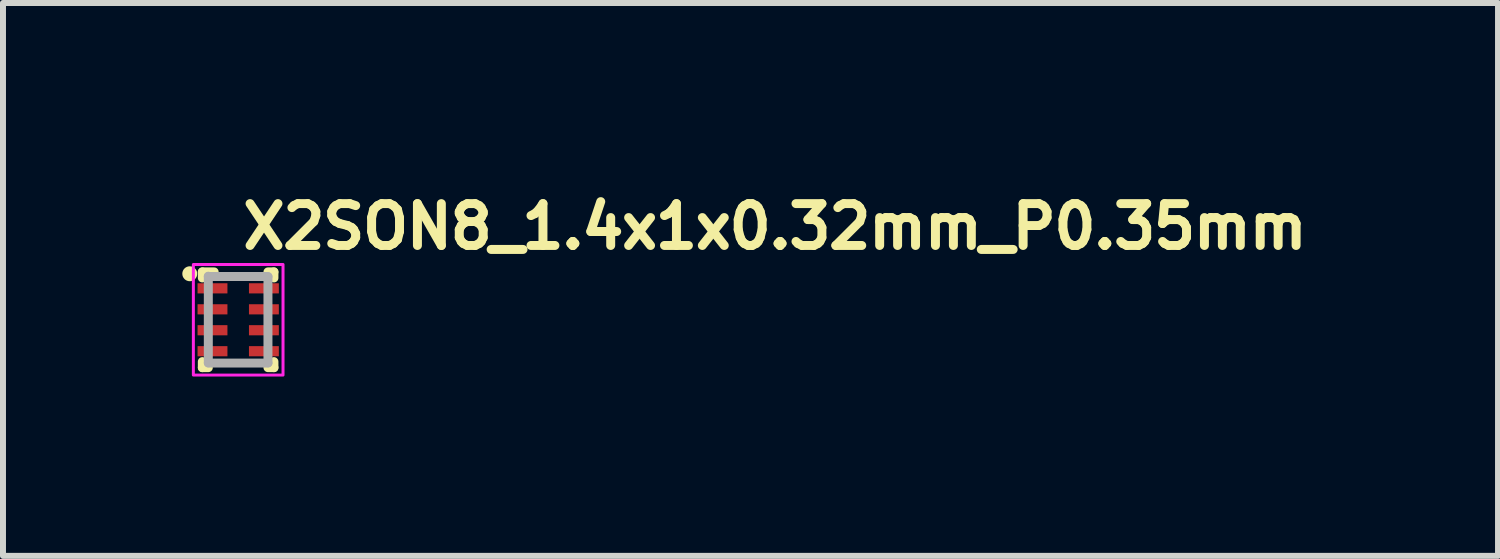
<source format=kicad_pcb>
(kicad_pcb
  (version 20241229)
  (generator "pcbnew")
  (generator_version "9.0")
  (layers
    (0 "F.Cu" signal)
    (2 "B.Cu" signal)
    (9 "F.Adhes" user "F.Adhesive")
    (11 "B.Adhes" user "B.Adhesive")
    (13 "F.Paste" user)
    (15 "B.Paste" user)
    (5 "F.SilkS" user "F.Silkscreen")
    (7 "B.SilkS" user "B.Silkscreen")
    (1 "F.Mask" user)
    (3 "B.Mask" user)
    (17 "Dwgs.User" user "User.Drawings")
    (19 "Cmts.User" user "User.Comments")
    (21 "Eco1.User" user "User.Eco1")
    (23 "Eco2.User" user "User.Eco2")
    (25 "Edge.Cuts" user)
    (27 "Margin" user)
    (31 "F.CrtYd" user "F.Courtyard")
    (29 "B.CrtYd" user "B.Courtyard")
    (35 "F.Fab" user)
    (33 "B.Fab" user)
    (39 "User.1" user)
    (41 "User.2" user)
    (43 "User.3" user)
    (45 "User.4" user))
  (footprint "X2SON8_1.4x1x0.32mm_P0.35mm"
    (layer "F.Cu")
    (at 0.935 2.3)
    (property "Reference" "X2SON8_1.4x1x0.32mm_P0.35mm" (at 0 -1.15 0) (layer "F.SilkS") (effects (font (size 0.7 0.7) (thickness 0.15)) (justify left bottom)))
    (attr smd)
    (fp_line (start -0.6 -0.801) (end -0.6 -0.7) (stroke (width 0.15) (type solid)) (layer "F.SilkS"))
    (fp_line (start -0.6 0.7) (end -0.6 0.801) (stroke (width 0.15) (type solid)) (layer "F.SilkS"))
    (fp_line (start -0.6 0.801) (end -0.5 0.801) (stroke (width 0.15) (type solid)) (layer "F.SilkS"))
    (fp_line (start -0.402 -0.801) (end -0.6 -0.801) (stroke (width 0.15) (type solid)) (layer "F.SilkS"))
    (fp_line (start 0.598 -0.801) (end 0.498 -0.801) (stroke (width 0.15) (type solid)) (layer "F.SilkS"))
    (fp_line (start 0.598 -0.7) (end 0.598 -0.801) (stroke (width 0.15) (type solid)) (layer "F.SilkS"))
    (fp_line (start 0.598 0.7) (end 0.598 0.801) (stroke (width 0.15) (type solid)) (layer "F.SilkS"))
    (fp_line (start 0.598 0.801) (end 0.498 0.801) (stroke (width 0.15) (type solid)) (layer "F.SilkS"))
    (fp_circle (center -0.81 -0.77) (end -0.81 -0.72) (stroke (width 0.15) (type solid)) (fill yes) (layer "F.SilkS"))
    (fp_rect (start 0.75 -0.925) (end -0.75 0.925) (stroke (width 0.05) (type solid)) (fill no) (layer "F.CrtYd"))
    (fp_line (start -0.5 -0.729) (end -0.5 0.719) (stroke (width 0.15) (type solid)) (layer "F.Fab"))
    (fp_line (start -0.5 -0.724) (end 0.498 -0.724) (stroke (width 0.15) (type solid)) (layer "F.Fab"))
    (fp_line (start -0.5 0.724) (end 0.498 0.724) (stroke (width 0.15) (type solid)) (layer "F.Fab"))
    (fp_line (start 0.498 -0.719) (end 0.498 0.719) (stroke (width 0.15) (type solid)) (layer "F.Fab"))
    (fp_rect (start 0.498 -0.7) (end -0.5 0.7) (stroke (width 0.1) (type solid)) (fill no) (layer "User.5"))
    (fp_line (start -0.5 -0.7) (end -0.5 0.7) (stroke (width 0.02) (type solid)) (layer "User.9"))
    (fp_line (start -0.5 0.7) (end 0.498 0.7) (stroke (width 0.02) (type solid)) (layer "User.9"))
    (fp_line (start -0.382 -0.551) (end -0.382 -0.549) (stroke (width 0.02) (type solid)) (layer "User.9"))
    (fp_line (start -0.382 -0.551) (end -0.382 -0.549) (stroke (width 0.02) (type solid)) (layer "User.9"))
    (fp_line (start -0.382 -0.549) (end -0.382 -0.547) (stroke (width 0.02) (type solid)) (layer "User.9"))
    (fp_line (start -0.382 -0.549) (end -0.382 -0.547) (stroke (width 0.02) (type solid)) (layer "User.9"))
    (fp_line (start -0.382 -0.547) (end -0.382 -0.545) (stroke (width 0.02) (type solid)) (layer "User.9"))
    (fp_line (start -0.382 -0.547) (end -0.382 -0.545) (stroke (width 0.02) (type solid)) (layer "User.9"))
    (fp_line (start -0.382 -0.545) (end -0.382 -0.543) (stroke (width 0.02) (type solid)) (layer "User.9"))
    (fp_line (start -0.382 -0.545) (end -0.382 -0.543) (stroke (width 0.02) (type solid)) (layer "User.9"))
    (fp_line (start -0.382 -0.543) (end -0.382 -0.539) (stroke (width 0.02) (type solid)) (layer "User.9"))
    (fp_line (start -0.382 -0.543) (end -0.382 -0.539) (stroke (width 0.02) (type solid)) (layer "User.9"))
    (fp_line (start -0.382 -0.539) (end -0.382 -0.535) (stroke (width 0.02) (type solid)) (layer "User.9"))
    (fp_line (start -0.382 -0.539) (end -0.382 -0.535) (stroke (width 0.02) (type solid)) (layer "User.9"))
    (fp_line (start -0.382 -0.535) (end -0.381 -0.531) (stroke (width 0.02) (type solid)) (layer "User.9"))
    (fp_line (start -0.382 -0.535) (end -0.381 -0.531) (stroke (width 0.02) (type solid)) (layer "User.9"))
    (fp_line (start -0.381 -0.557) (end -0.381 -0.555) (stroke (width 0.02) (type solid)) (layer "User.9"))
    (fp_line (start -0.381 -0.557) (end -0.381 -0.555) (stroke (width 0.02) (type solid)) (layer "User.9"))
    (fp_line (start -0.381 -0.555) (end -0.381 -0.553) (stroke (width 0.02) (type solid)) (layer "User.9"))
    (fp_line (start -0.381 -0.555) (end -0.381 -0.553) (stroke (width 0.02) (type solid)) (layer "User.9"))
    (fp_line (start -0.381 -0.553) (end -0.382 -0.551) (stroke (width 0.02) (type solid)) (layer "User.9"))
    (fp_line (start -0.381 -0.553) (end -0.382 -0.551) (stroke (width 0.02) (type solid)) (layer "User.9"))
    (fp_line (start -0.381 -0.531) (end -0.38 -0.527) (stroke (width 0.02) (type solid)) (layer "User.9"))
    (fp_line (start -0.381 -0.531) (end -0.38 -0.527) (stroke (width 0.02) (type solid)) (layer "User.9"))
    (fp_line (start -0.38 -0.561) (end -0.38 -0.559) (stroke (width 0.02) (type solid)) (layer "User.9"))
    (fp_line (start -0.38 -0.561) (end -0.38 -0.559) (stroke (width 0.02) (type solid)) (layer "User.9"))
    (fp_line (start -0.38 -0.559) (end -0.381 -0.557) (stroke (width 0.02) (type solid)) (layer "User.9"))
    (fp_line (start -0.38 -0.559) (end -0.381 -0.557) (stroke (width 0.02) (type solid)) (layer "User.9"))
    (fp_line (start -0.38 -0.527) (end -0.379 -0.523) (stroke (width 0.02) (type solid)) (layer "User.9"))
    (fp_line (start -0.38 -0.527) (end -0.379 -0.523) (stroke (width 0.02) (type solid)) (layer "User.9"))
    (fp_line (start -0.379 -0.563) (end -0.38 -0.561) (stroke (width 0.02) (type solid)) (layer "User.9"))
    (fp_line (start -0.379 -0.563) (end -0.38 -0.561) (stroke (width 0.02) (type solid)) (layer "User.9"))
    (fp_line (start -0.379 -0.523) (end -0.378 -0.519) (stroke (width 0.02) (type solid)) (layer "User.9"))
    (fp_line (start -0.379 -0.523) (end -0.378 -0.519) (stroke (width 0.02) (type solid)) (layer "User.9"))
    (fp_line (start -0.378 -0.566) (end -0.378 -0.564) (stroke (width 0.02) (type solid)) (layer "User.9"))
    (fp_line (start -0.378 -0.566) (end -0.378 -0.564) (stroke (width 0.02) (type solid)) (layer "User.9"))
    (fp_line (start -0.378 -0.564) (end -0.379 -0.563) (stroke (width 0.02) (type solid)) (layer "User.9"))
    (fp_line (start -0.378 -0.564) (end -0.379 -0.563) (stroke (width 0.02) (type solid)) (layer "User.9"))
    (fp_line (start -0.378 -0.519) (end -0.376 -0.516) (stroke (width 0.02) (type solid)) (layer "User.9"))
    (fp_line (start -0.378 -0.519) (end -0.376 -0.516) (stroke (width 0.02) (type solid)) (layer "User.9"))
    (fp_line (start -0.377 -0.568) (end -0.378 -0.566) (stroke (width 0.02) (type solid)) (layer "User.9"))
    (fp_line (start -0.377 -0.568) (end -0.378 -0.566) (stroke (width 0.02) (type solid)) (layer "User.9"))
    (fp_line (start -0.376 -0.57) (end -0.377 -0.568) (stroke (width 0.02) (type solid)) (layer "User.9"))
    (fp_line (start -0.376 -0.57) (end -0.377 -0.568) (stroke (width 0.02) (type solid)) (layer "User.9"))
    (fp_line (start -0.376 -0.516) (end -0.374 -0.511) (stroke (width 0.02) (type solid)) (layer "User.9"))
    (fp_line (start -0.376 -0.516) (end -0.374 -0.511) (stroke (width 0.02) (type solid)) (layer "User.9"))
    (fp_line (start -0.375 -0.572) (end -0.376 -0.57) (stroke (width 0.02) (type solid)) (layer "User.9"))
    (fp_line (start -0.375 -0.572) (end -0.376 -0.57) (stroke (width 0.02) (type solid)) (layer "User.9"))
    (fp_line (start -0.374 -0.573) (end -0.375 -0.572) (stroke (width 0.02) (type solid)) (layer "User.9"))
    (fp_line (start -0.374 -0.573) (end -0.375 -0.572) (stroke (width 0.02) (type solid)) (layer "User.9"))
    (fp_line (start -0.374 -0.511) (end -0.372 -0.508) (stroke (width 0.02) (type solid)) (layer "User.9"))
    (fp_line (start -0.374 -0.511) (end -0.372 -0.508) (stroke (width 0.02) (type solid)) (layer "User.9"))
    (fp_line (start -0.373 -0.575) (end -0.374 -0.573) (stroke (width 0.02) (type solid)) (layer "User.9"))
    (fp_line (start -0.373 -0.575) (end -0.374 -0.573) (stroke (width 0.02) (type solid)) (layer "User.9"))
    (fp_line (start -0.372 -0.576) (end -0.373 -0.575) (stroke (width 0.02) (type solid)) (layer "User.9"))
    (fp_line (start -0.372 -0.576) (end -0.373 -0.575) (stroke (width 0.02) (type solid)) (layer "User.9"))
    (fp_line (start -0.372 -0.508) (end -0.37 -0.505) (stroke (width 0.02) (type solid)) (layer "User.9"))
    (fp_line (start -0.372 -0.508) (end -0.37 -0.505) (stroke (width 0.02) (type solid)) (layer "User.9"))
    (fp_line (start -0.371 -0.577) (end -0.372 -0.576) (stroke (width 0.02) (type solid)) (layer "User.9"))
    (fp_line (start -0.371 -0.577) (end -0.372 -0.576) (stroke (width 0.02) (type solid)) (layer "User.9"))
    (fp_line (start -0.37 -0.579) (end -0.371 -0.577) (stroke (width 0.02) (type solid)) (layer "User.9"))
    (fp_line (start -0.37 -0.579) (end -0.371 -0.577) (stroke (width 0.02) (type solid)) (layer "User.9"))
    (fp_line (start -0.37 -0.505) (end -0.367 -0.502) (stroke (width 0.02) (type solid)) (layer "User.9"))
    (fp_line (start -0.37 -0.505) (end -0.367 -0.502) (stroke (width 0.02) (type solid)) (layer "User.9"))
    (fp_line (start -0.368 -0.58) (end -0.37 -0.579) (stroke (width 0.02) (type solid)) (layer "User.9"))
    (fp_line (start -0.368 -0.58) (end -0.37 -0.579) (stroke (width 0.02) (type solid)) (layer "User.9"))
    (fp_line (start -0.367 -0.582) (end -0.368 -0.58) (stroke (width 0.02) (type solid)) (layer "User.9"))
    (fp_line (start -0.367 -0.582) (end -0.368 -0.58) (stroke (width 0.02) (type solid)) (layer "User.9"))
    (fp_line (start -0.367 -0.502) (end -0.364 -0.499) (stroke (width 0.02) (type solid)) (layer "User.9"))
    (fp_line (start -0.367 -0.502) (end -0.364 -0.499) (stroke (width 0.02) (type solid)) (layer "User.9"))
    (fp_line (start -0.366 -0.583) (end -0.367 -0.582) (stroke (width 0.02) (type solid)) (layer "User.9"))
    (fp_line (start -0.366 -0.583) (end -0.367 -0.582) (stroke (width 0.02) (type solid)) (layer "User.9"))
    (fp_line (start -0.364 -0.585) (end -0.366 -0.583) (stroke (width 0.02) (type solid)) (layer "User.9"))
    (fp_line (start -0.364 -0.585) (end -0.366 -0.583) (stroke (width 0.02) (type solid)) (layer "User.9"))
    (fp_line (start -0.364 -0.499) (end -0.362 -0.496) (stroke (width 0.02) (type solid)) (layer "User.9"))
    (fp_line (start -0.364 -0.499) (end -0.362 -0.496) (stroke (width 0.02) (type solid)) (layer "User.9"))
    (fp_line (start -0.363 -0.586) (end -0.364 -0.585) (stroke (width 0.02) (type solid)) (layer "User.9"))
    (fp_line (start -0.363 -0.586) (end -0.364 -0.585) (stroke (width 0.02) (type solid)) (layer "User.9"))
    (fp_line (start -0.362 -0.588) (end -0.363 -0.586) (stroke (width 0.02) (type solid)) (layer "User.9"))
    (fp_line (start -0.362 -0.588) (end -0.363 -0.586) (stroke (width 0.02) (type solid)) (layer "User.9"))
    (fp_line (start -0.362 -0.496) (end -0.358 -0.494) (stroke (width 0.02) (type solid)) (layer "User.9"))
    (fp_line (start -0.362 -0.496) (end -0.358 -0.494) (stroke (width 0.02) (type solid)) (layer "User.9"))
    (fp_line (start -0.36 -0.589) (end -0.362 -0.588) (stroke (width 0.02) (type solid)) (layer "User.9"))
    (fp_line (start -0.36 -0.589) (end -0.362 -0.588) (stroke (width 0.02) (type solid)) (layer "User.9"))
    (fp_line (start -0.358 -0.59) (end -0.36 -0.589) (stroke (width 0.02) (type solid)) (layer "User.9"))
    (fp_line (start -0.358 -0.59) (end -0.36 -0.589) (stroke (width 0.02) (type solid)) (layer "User.9"))
    (fp_line (start -0.358 -0.494) (end -0.355 -0.491) (stroke (width 0.02) (type solid)) (layer "User.9"))
    (fp_line (start -0.358 -0.494) (end -0.355 -0.491) (stroke (width 0.02) (type solid)) (layer "User.9"))
    (fp_line (start -0.357 -0.591) (end -0.358 -0.59) (stroke (width 0.02) (type solid)) (layer "User.9"))
    (fp_line (start -0.357 -0.591) (end -0.358 -0.59) (stroke (width 0.02) (type solid)) (layer "User.9"))
    (fp_line (start -0.355 -0.592) (end -0.357 -0.591) (stroke (width 0.02) (type solid)) (layer "User.9"))
    (fp_line (start -0.355 -0.592) (end -0.357 -0.591) (stroke (width 0.02) (type solid)) (layer "User.9"))
    (fp_line (start -0.355 -0.491) (end -0.353 -0.489) (stroke (width 0.02) (type solid)) (layer "User.9"))
    (fp_line (start -0.355 -0.491) (end -0.353 -0.489) (stroke (width 0.02) (type solid)) (layer "User.9"))
    (fp_line (start -0.354 -0.594) (end -0.355 -0.592) (stroke (width 0.02) (type solid)) (layer "User.9"))
    (fp_line (start -0.354 -0.594) (end -0.355 -0.592) (stroke (width 0.02) (type solid)) (layer "User.9"))
    (fp_line (start -0.353 -0.595) (end -0.354 -0.594) (stroke (width 0.02) (type solid)) (layer "User.9"))
    (fp_line (start -0.353 -0.595) (end -0.354 -0.594) (stroke (width 0.02) (type solid)) (layer "User.9"))
    (fp_line (start -0.353 -0.595) (end -0.353 -0.595) (stroke (width 0.02) (type solid)) (layer "User.9"))
    (fp_line (start -0.353 -0.595) (end -0.353 -0.595) (stroke (width 0.02) (type solid)) (layer "User.9"))
    (fp_line (start -0.353 -0.489) (end -0.353 -0.489) (stroke (width 0.02) (type solid)) (layer "User.9"))
    (fp_line (start -0.353 -0.489) (end -0.353 -0.489) (stroke (width 0.02) (type solid)) (layer "User.9"))
    (fp_line (start -0.353 -0.489) (end -0.349 -0.487) (stroke (width 0.02) (type solid)) (layer "User.9"))
    (fp_line (start -0.353 -0.489) (end -0.349 -0.487) (stroke (width 0.02) (type solid)) (layer "User.9"))
    (fp_line (start -0.349 -0.597) (end -0.353 -0.595) (stroke (width 0.02) (type solid)) (layer "User.9"))
    (fp_line (start -0.349 -0.597) (end -0.353 -0.595) (stroke (width 0.02) (type solid)) (layer "User.9"))
    (fp_line (start -0.349 -0.487) (end -0.345 -0.485) (stroke (width 0.02) (type solid)) (layer "User.9"))
    (fp_line (start -0.349 -0.487) (end -0.345 -0.485) (stroke (width 0.02) (type solid)) (layer "User.9"))
    (fp_line (start -0.345 -0.598) (end -0.349 -0.597) (stroke (width 0.02) (type solid)) (layer "User.9"))
    (fp_line (start -0.345 -0.598) (end -0.349 -0.597) (stroke (width 0.02) (type solid)) (layer "User.9"))
    (fp_line (start -0.345 -0.485) (end -0.342 -0.484) (stroke (width 0.02) (type solid)) (layer "User.9"))
    (fp_line (start -0.345 -0.485) (end -0.342 -0.484) (stroke (width 0.02) (type solid)) (layer "User.9"))
    (fp_line (start -0.342 -0.6) (end -0.345 -0.598) (stroke (width 0.02) (type solid)) (layer "User.9"))
    (fp_line (start -0.342 -0.6) (end -0.345 -0.598) (stroke (width 0.02) (type solid)) (layer "User.9"))
    (fp_line (start -0.342 -0.484) (end -0.338 -0.483) (stroke (width 0.02) (type solid)) (layer "User.9"))
    (fp_line (start -0.342 -0.484) (end -0.338 -0.483) (stroke (width 0.02) (type solid)) (layer "User.9"))
    (fp_line (start -0.338 -0.601) (end -0.342 -0.6) (stroke (width 0.02) (type solid)) (layer "User.9"))
    (fp_line (start -0.338 -0.601) (end -0.342 -0.6) (stroke (width 0.02) (type solid)) (layer "User.9"))
    (fp_line (start -0.338 -0.483) (end -0.334 -0.482) (stroke (width 0.02) (type solid)) (layer "User.9"))
    (fp_line (start -0.338 -0.483) (end -0.334 -0.482) (stroke (width 0.02) (type solid)) (layer "User.9"))
    (fp_line (start -0.334 -0.602) (end -0.338 -0.601) (stroke (width 0.02) (type solid)) (layer "User.9"))
    (fp_line (start -0.334 -0.602) (end -0.338 -0.601) (stroke (width 0.02) (type solid)) (layer "User.9"))
    (fp_line (start -0.334 -0.482) (end -0.33 -0.481) (stroke (width 0.02) (type solid)) (layer "User.9"))
    (fp_line (start -0.334 -0.482) (end -0.33 -0.481) (stroke (width 0.02) (type solid)) (layer "User.9"))
    (fp_line (start -0.33 -0.602) (end -0.334 -0.602) (stroke (width 0.02) (type solid)) (layer "User.9"))
    (fp_line (start -0.33 -0.602) (end -0.334 -0.602) (stroke (width 0.02) (type solid)) (layer "User.9"))
    (fp_line (start -0.33 -0.481) (end -0.326 -0.481) (stroke (width 0.02) (type solid)) (layer "User.9"))
    (fp_line (start -0.33 -0.481) (end -0.326 -0.481) (stroke (width 0.02) (type solid)) (layer "User.9"))
    (fp_line (start -0.326 -0.603) (end -0.33 -0.602) (stroke (width 0.02) (type solid)) (layer "User.9"))
    (fp_line (start -0.326 -0.603) (end -0.33 -0.602) (stroke (width 0.02) (type solid)) (layer "User.9"))
    (fp_line (start -0.326 -0.481) (end -0.322 -0.481) (stroke (width 0.02) (type solid)) (layer "User.9"))
    (fp_line (start -0.326 -0.481) (end -0.322 -0.481) (stroke (width 0.02) (type solid)) (layer "User.9"))
    (fp_line (start -0.322 -0.603) (end -0.326 -0.603) (stroke (width 0.02) (type solid)) (layer "User.9"))
    (fp_line (start -0.322 -0.603) (end -0.326 -0.603) (stroke (width 0.02) (type solid)) (layer "User.9"))
    (fp_line (start -0.322 -0.481) (end -0.317 -0.481) (stroke (width 0.02) (type solid)) (layer "User.9"))
    (fp_line (start -0.322 -0.481) (end -0.317 -0.481) (stroke (width 0.02) (type solid)) (layer "User.9"))
    (fp_line (start -0.317 -0.603) (end -0.322 -0.603) (stroke (width 0.02) (type solid)) (layer "User.9"))
    (fp_line (start -0.317 -0.603) (end -0.322 -0.603) (stroke (width 0.02) (type solid)) (layer "User.9"))
    (fp_line (start -0.317 -0.481) (end -0.313 -0.481) (stroke (width 0.02) (type solid)) (layer "User.9"))
    (fp_line (start -0.317 -0.481) (end -0.313 -0.481) (stroke (width 0.02) (type solid)) (layer "User.9"))
    (fp_line (start -0.313 -0.602) (end -0.317 -0.603) (stroke (width 0.02) (type solid)) (layer "User.9"))
    (fp_line (start -0.313 -0.602) (end -0.317 -0.603) (stroke (width 0.02) (type solid)) (layer "User.9"))
    (fp_line (start -0.313 -0.481) (end -0.31 -0.482) (stroke (width 0.02) (type solid)) (layer "User.9"))
    (fp_line (start -0.313 -0.481) (end -0.31 -0.482) (stroke (width 0.02) (type solid)) (layer "User.9"))
    (fp_line (start -0.31 -0.602) (end -0.313 -0.602) (stroke (width 0.02) (type solid)) (layer "User.9"))
    (fp_line (start -0.31 -0.602) (end -0.313 -0.602) (stroke (width 0.02) (type solid)) (layer "User.9"))
    (fp_line (start -0.31 -0.482) (end -0.306 -0.483) (stroke (width 0.02) (type solid)) (layer "User.9"))
    (fp_line (start -0.31 -0.482) (end -0.306 -0.483) (stroke (width 0.02) (type solid)) (layer "User.9"))
    (fp_line (start -0.306 -0.601) (end -0.31 -0.602) (stroke (width 0.02) (type solid)) (layer "User.9"))
    (fp_line (start -0.306 -0.601) (end -0.31 -0.602) (stroke (width 0.02) (type solid)) (layer "User.9"))
    (fp_line (start -0.306 -0.483) (end -0.302 -0.484) (stroke (width 0.02) (type solid)) (layer "User.9"))
    (fp_line (start -0.306 -0.483) (end -0.302 -0.484) (stroke (width 0.02) (type solid)) (layer "User.9"))
    (fp_line (start -0.302 -0.6) (end -0.306 -0.601) (stroke (width 0.02) (type solid)) (layer "User.9"))
    (fp_line (start -0.302 -0.6) (end -0.306 -0.601) (stroke (width 0.02) (type solid)) (layer "User.9"))
    (fp_line (start -0.302 -0.484) (end -0.298 -0.485) (stroke (width 0.02) (type solid)) (layer "User.9"))
    (fp_line (start -0.302 -0.484) (end -0.298 -0.485) (stroke (width 0.02) (type solid)) (layer "User.9"))
    (fp_line (start -0.298 -0.598) (end -0.302 -0.6) (stroke (width 0.02) (type solid)) (layer "User.9"))
    (fp_line (start -0.298 -0.598) (end -0.302 -0.6) (stroke (width 0.02) (type solid)) (layer "User.9"))
    (fp_line (start -0.298 -0.485) (end -0.294 -0.487) (stroke (width 0.02) (type solid)) (layer "User.9"))
    (fp_line (start -0.298 -0.485) (end -0.294 -0.487) (stroke (width 0.02) (type solid)) (layer "User.9"))
    (fp_line (start -0.294 -0.597) (end -0.298 -0.598) (stroke (width 0.02) (type solid)) (layer "User.9"))
    (fp_line (start -0.294 -0.597) (end -0.298 -0.598) (stroke (width 0.02) (type solid)) (layer "User.9"))
    (fp_line (start -0.294 -0.487) (end -0.291 -0.489) (stroke (width 0.02) (type solid)) (layer "User.9"))
    (fp_line (start -0.294 -0.487) (end -0.291 -0.489) (stroke (width 0.02) (type solid)) (layer "User.9"))
    (fp_line (start -0.291 -0.595) (end -0.294 -0.597) (stroke (width 0.02) (type solid)) (layer "User.9"))
    (fp_line (start -0.291 -0.595) (end -0.294 -0.597) (stroke (width 0.02) (type solid)) (layer "User.9"))
    (fp_line (start -0.291 -0.595) (end -0.291 -0.595) (stroke (width 0.02) (type solid)) (layer "User.9"))
    (fp_line (start -0.291 -0.595) (end -0.291 -0.595) (stroke (width 0.02) (type solid)) (layer "User.9"))
    (fp_line (start -0.291 -0.489) (end -0.291 -0.489) (stroke (width 0.02) (type solid)) (layer "User.9"))
    (fp_line (start -0.291 -0.489) (end -0.291 -0.489) (stroke (width 0.02) (type solid)) (layer "User.9"))
    (fp_line (start -0.291 -0.489) (end -0.29 -0.49) (stroke (width 0.02) (type solid)) (layer "User.9"))
    (fp_line (start -0.291 -0.489) (end -0.29 -0.49) (stroke (width 0.02) (type solid)) (layer "User.9"))
    (fp_line (start -0.29 -0.49) (end -0.288 -0.491) (stroke (width 0.02) (type solid)) (layer "User.9"))
    (fp_line (start -0.29 -0.49) (end -0.288 -0.491) (stroke (width 0.02) (type solid)) (layer "User.9"))
    (fp_line (start -0.288 -0.592) (end -0.291 -0.595) (stroke (width 0.02) (type solid)) (layer "User.9"))
    (fp_line (start -0.288 -0.592) (end -0.291 -0.595) (stroke (width 0.02) (type solid)) (layer "User.9"))
    (fp_line (start -0.288 -0.491) (end -0.287 -0.492) (stroke (width 0.02) (type solid)) (layer "User.9"))
    (fp_line (start -0.288 -0.491) (end -0.287 -0.492) (stroke (width 0.02) (type solid)) (layer "User.9"))
    (fp_line (start -0.287 -0.492) (end -0.285 -0.494) (stroke (width 0.02) (type solid)) (layer "User.9"))
    (fp_line (start -0.287 -0.492) (end -0.285 -0.494) (stroke (width 0.02) (type solid)) (layer "User.9"))
    (fp_line (start -0.285 -0.59) (end -0.288 -0.592) (stroke (width 0.02) (type solid)) (layer "User.9"))
    (fp_line (start -0.285 -0.59) (end -0.288 -0.592) (stroke (width 0.02) (type solid)) (layer "User.9"))
    (fp_line (start -0.285 -0.494) (end -0.284 -0.495) (stroke (width 0.02) (type solid)) (layer "User.9"))
    (fp_line (start -0.285 -0.494) (end -0.284 -0.495) (stroke (width 0.02) (type solid)) (layer "User.9"))
    (fp_line (start -0.284 -0.495) (end -0.282 -0.496) (stroke (width 0.02) (type solid)) (layer "User.9"))
    (fp_line (start -0.284 -0.495) (end -0.282 -0.496) (stroke (width 0.02) (type solid)) (layer "User.9"))
    (fp_line (start -0.282 -0.588) (end -0.285 -0.59) (stroke (width 0.02) (type solid)) (layer "User.9"))
    (fp_line (start -0.282 -0.588) (end -0.285 -0.59) (stroke (width 0.02) (type solid)) (layer "User.9"))
    (fp_line (start -0.282 -0.496) (end -0.281 -0.497) (stroke (width 0.02) (type solid)) (layer "User.9"))
    (fp_line (start -0.282 -0.496) (end -0.281 -0.497) (stroke (width 0.02) (type solid)) (layer "User.9"))
    (fp_line (start -0.281 -0.497) (end -0.279 -0.499) (stroke (width 0.02) (type solid)) (layer "User.9"))
    (fp_line (start -0.281 -0.497) (end -0.279 -0.499) (stroke (width 0.02) (type solid)) (layer "User.9"))
    (fp_line (start -0.279 -0.585) (end -0.282 -0.588) (stroke (width 0.02) (type solid)) (layer "User.9"))
    (fp_line (start -0.279 -0.585) (end -0.282 -0.588) (stroke (width 0.02) (type solid)) (layer "User.9"))
    (fp_line (start -0.279 -0.499) (end -0.278 -0.5) (stroke (width 0.02) (type solid)) (layer "User.9"))
    (fp_line (start -0.279 -0.499) (end -0.278 -0.5) (stroke (width 0.02) (type solid)) (layer "User.9"))
    (fp_line (start -0.278 -0.5) (end -0.276 -0.502) (stroke (width 0.02) (type solid)) (layer "User.9"))
    (fp_line (start -0.278 -0.5) (end -0.276 -0.502) (stroke (width 0.02) (type solid)) (layer "User.9"))
    (fp_line (start -0.276 -0.582) (end -0.279 -0.585) (stroke (width 0.02) (type solid)) (layer "User.9"))
    (fp_line (start -0.276 -0.582) (end -0.279 -0.585) (stroke (width 0.02) (type solid)) (layer "User.9"))
    (fp_line (start -0.276 -0.502) (end -0.275 -0.503) (stroke (width 0.02) (type solid)) (layer "User.9"))
    (fp_line (start -0.276 -0.502) (end -0.275 -0.503) (stroke (width 0.02) (type solid)) (layer "User.9"))
    (fp_line (start -0.275 -0.503) (end -0.274 -0.505) (stroke (width 0.02) (type solid)) (layer "User.9"))
    (fp_line (start -0.275 -0.503) (end -0.274 -0.505) (stroke (width 0.02) (type solid)) (layer "User.9"))
    (fp_line (start -0.274 -0.579) (end -0.276 -0.582) (stroke (width 0.02) (type solid)) (layer "User.9"))
    (fp_line (start -0.274 -0.579) (end -0.276 -0.582) (stroke (width 0.02) (type solid)) (layer "User.9"))
    (fp_line (start -0.274 -0.505) (end -0.273 -0.506) (stroke (width 0.02) (type solid)) (layer "User.9"))
    (fp_line (start -0.274 -0.505) (end -0.273 -0.506) (stroke (width 0.02) (type solid)) (layer "User.9"))
    (fp_line (start -0.273 -0.506) (end -0.272 -0.508) (stroke (width 0.02) (type solid)) (layer "User.9"))
    (fp_line (start -0.273 -0.506) (end -0.272 -0.508) (stroke (width 0.02) (type solid)) (layer "User.9"))
    (fp_line (start -0.272 -0.576) (end -0.274 -0.579) (stroke (width 0.02) (type solid)) (layer "User.9"))
    (fp_line (start -0.272 -0.576) (end -0.274 -0.579) (stroke (width 0.02) (type solid)) (layer "User.9"))
    (fp_line (start -0.272 -0.508) (end -0.271 -0.51) (stroke (width 0.02) (type solid)) (layer "User.9"))
    (fp_line (start -0.272 -0.508) (end -0.271 -0.51) (stroke (width 0.02) (type solid)) (layer "User.9"))
    (fp_line (start -0.271 -0.51) (end -0.269 -0.511) (stroke (width 0.02) (type solid)) (layer "User.9"))
    (fp_line (start -0.271 -0.51) (end -0.269 -0.511) (stroke (width 0.02) (type solid)) (layer "User.9"))
    (fp_line (start -0.269 -0.573) (end -0.272 -0.576) (stroke (width 0.02) (type solid)) (layer "User.9"))
    (fp_line (start -0.269 -0.573) (end -0.272 -0.576) (stroke (width 0.02) (type solid)) (layer "User.9"))
    (fp_line (start -0.269 -0.514) (end -0.268 -0.516) (stroke (width 0.02) (type solid)) (layer "User.9"))
    (fp_line (start -0.269 -0.514) (end -0.268 -0.516) (stroke (width 0.02) (type solid)) (layer "User.9"))
    (fp_line (start -0.269 -0.511) (end -0.269 -0.514) (stroke (width 0.02) (type solid)) (layer "User.9"))
    (fp_line (start -0.269 -0.511) (end -0.269 -0.514) (stroke (width 0.02) (type solid)) (layer "User.9"))
    (fp_line (start -0.268 -0.57) (end -0.269 -0.573) (stroke (width 0.02) (type solid)) (layer "User.9"))
    (fp_line (start -0.268 -0.57) (end -0.269 -0.573) (stroke (width 0.02) (type solid)) (layer "User.9"))
    (fp_line (start -0.268 -0.516) (end -0.267 -0.518) (stroke (width 0.02) (type solid)) (layer "User.9"))
    (fp_line (start -0.268 -0.516) (end -0.267 -0.518) (stroke (width 0.02) (type solid)) (layer "User.9"))
    (fp_line (start -0.267 -0.518) (end -0.266 -0.519) (stroke (width 0.02) (type solid)) (layer "User.9"))
    (fp_line (start -0.267 -0.518) (end -0.266 -0.519) (stroke (width 0.02) (type solid)) (layer "User.9"))
    (fp_line (start -0.266 -0.566) (end -0.268 -0.57) (stroke (width 0.02) (type solid)) (layer "User.9"))
    (fp_line (start -0.266 -0.566) (end -0.268 -0.57) (stroke (width 0.02) (type solid)) (layer "User.9"))
    (fp_line (start -0.266 -0.519) (end -0.265 -0.521) (stroke (width 0.02) (type solid)) (layer "User.9"))
    (fp_line (start -0.266 -0.519) (end -0.265 -0.521) (stroke (width 0.02) (type solid)) (layer "User.9"))
    (fp_line (start -0.265 -0.563) (end -0.266 -0.566) (stroke (width 0.02) (type solid)) (layer "User.9"))
    (fp_line (start -0.265 -0.563) (end -0.266 -0.566) (stroke (width 0.02) (type solid)) (layer "User.9"))
    (fp_line (start -0.265 -0.523) (end -0.264 -0.525) (stroke (width 0.02) (type solid)) (layer "User.9"))
    (fp_line (start -0.265 -0.523) (end -0.264 -0.525) (stroke (width 0.02) (type solid)) (layer "User.9"))
    (fp_line (start -0.265 -0.521) (end -0.265 -0.523) (stroke (width 0.02) (type solid)) (layer "User.9"))
    (fp_line (start -0.265 -0.521) (end -0.265 -0.523) (stroke (width 0.02) (type solid)) (layer "User.9"))
    (fp_line (start -0.264 -0.525) (end -0.263 -0.527) (stroke (width 0.02) (type solid)) (layer "User.9"))
    (fp_line (start -0.264 -0.525) (end -0.263 -0.527) (stroke (width 0.02) (type solid)) (layer "User.9"))
    (fp_line (start -0.263 -0.559) (end -0.265 -0.563) (stroke (width 0.02) (type solid)) (layer "User.9"))
    (fp_line (start -0.263 -0.559) (end -0.265 -0.563) (stroke (width 0.02) (type solid)) (layer "User.9"))
    (fp_line (start -0.263 -0.555) (end -0.263 -0.559) (stroke (width 0.02) (type solid)) (layer "User.9"))
    (fp_line (start -0.263 -0.555) (end -0.263 -0.559) (stroke (width 0.02) (type solid)) (layer "User.9"))
    (fp_line (start -0.263 -0.531) (end -0.262 -0.533) (stroke (width 0.02) (type solid)) (layer "User.9"))
    (fp_line (start -0.263 -0.531) (end -0.262 -0.533) (stroke (width 0.02) (type solid)) (layer "User.9"))
    (fp_line (start -0.263 -0.529) (end -0.263 -0.531) (stroke (width 0.02) (type solid)) (layer "User.9"))
    (fp_line (start -0.263 -0.529) (end -0.263 -0.531) (stroke (width 0.02) (type solid)) (layer "User.9"))
    (fp_line (start -0.263 -0.527) (end -0.263 -0.529) (stroke (width 0.02) (type solid)) (layer "User.9"))
    (fp_line (start -0.263 -0.527) (end -0.263 -0.529) (stroke (width 0.02) (type solid)) (layer "User.9"))
    (fp_line (start -0.262 -0.551) (end -0.263 -0.555) (stroke (width 0.02) (type solid)) (layer "User.9"))
    (fp_line (start -0.262 -0.551) (end -0.263 -0.555) (stroke (width 0.02) (type solid)) (layer "User.9"))
    (fp_line (start -0.262 -0.537) (end -0.261 -0.539) (stroke (width 0.02) (type solid)) (layer "User.9"))
    (fp_line (start -0.262 -0.537) (end -0.261 -0.539) (stroke (width 0.02) (type solid)) (layer "User.9"))
    (fp_line (start -0.262 -0.535) (end -0.262 -0.537) (stroke (width 0.02) (type solid)) (layer "User.9"))
    (fp_line (start -0.262 -0.535) (end -0.262 -0.537) (stroke (width 0.02) (type solid)) (layer "User.9"))
    (fp_line (start -0.262 -0.533) (end -0.262 -0.535) (stroke (width 0.02) (type solid)) (layer "User.9"))
    (fp_line (start -0.262 -0.533) (end -0.262 -0.535) (stroke (width 0.02) (type solid)) (layer "User.9"))
    (fp_line (start -0.261 -0.547) (end -0.262 -0.551) (stroke (width 0.02) (type solid)) (layer "User.9"))
    (fp_line (start -0.261 -0.547) (end -0.262 -0.551) (stroke (width 0.02) (type solid)) (layer "User.9"))
    (fp_line (start -0.261 -0.543) (end -0.261 -0.547) (stroke (width 0.02) (type solid)) (layer "User.9"))
    (fp_line (start -0.261 -0.543) (end -0.261 -0.547) (stroke (width 0.02) (type solid)) (layer "User.9"))
    (fp_line (start -0.261 -0.541) (end -0.261 -0.543) (stroke (width 0.02) (type solid)) (layer "User.9"))
    (fp_line (start -0.261 -0.541) (end -0.261 -0.543) (stroke (width 0.02) (type solid)) (layer "User.9"))
    (fp_line (start -0.261 -0.539) (end -0.261 -0.541) (stroke (width 0.02) (type solid)) (layer "User.9"))
    (fp_line (start -0.261 -0.539) (end -0.261 -0.541) (stroke (width 0.02) (type solid)) (layer "User.9"))
    (fp_line (start 0.498 -0.7) (end -0.5 -0.7) (stroke (width 0.02) (type solid)) (layer "User.9"))
    (fp_line (start 0.498 0.7) (end 0.498 -0.7) (stroke (width 0.02) (type solid)) (layer "User.9"))
    (pad "1" smd rect (at -0.43 -0.526 270) (size 0.17 0.5) (layers "F.Cu" "F.Mask" "F.Paste"))
    (pad "2" smd rect (at -0.43 -0.175 270) (size 0.17 0.5) (layers "F.Cu" "F.Mask" "F.Paste"))
    (pad "3" smd rect (at -0.43 0.175 270) (size 0.17 0.5) (layers "F.Cu" "F.Mask" "F.Paste"))
    (pad "4" smd rect (at -0.43 0.526 270) (size 0.17 0.5) (layers "F.Cu" "F.Mask" "F.Paste"))
    (pad "5" smd rect (at 0.43 0.526 270) (size 0.17 0.5) (layers "F.Cu" "F.Mask" "F.Paste"))
    (pad "6" smd rect (at 0.43 0.175 270) (size 0.17 0.5) (layers "F.Cu" "F.Mask" "F.Paste"))
    (pad "7" smd rect (at 0.43 -0.175 270) (size 0.17 0.5) (layers "F.Cu" "F.Mask" "F.Paste"))
    (pad "8" smd rect (at 0.43 -0.526 270) (size 0.17 0.5) (layers "F.Cu" "F.Mask" "F.Paste")))
  (gr_rect
    (start -3 -3)
    (end 22.012 6.25)
    (stroke (width 0.1) (type default))
    (fill no)
    (layer "Edge.Cuts")))
</source>
